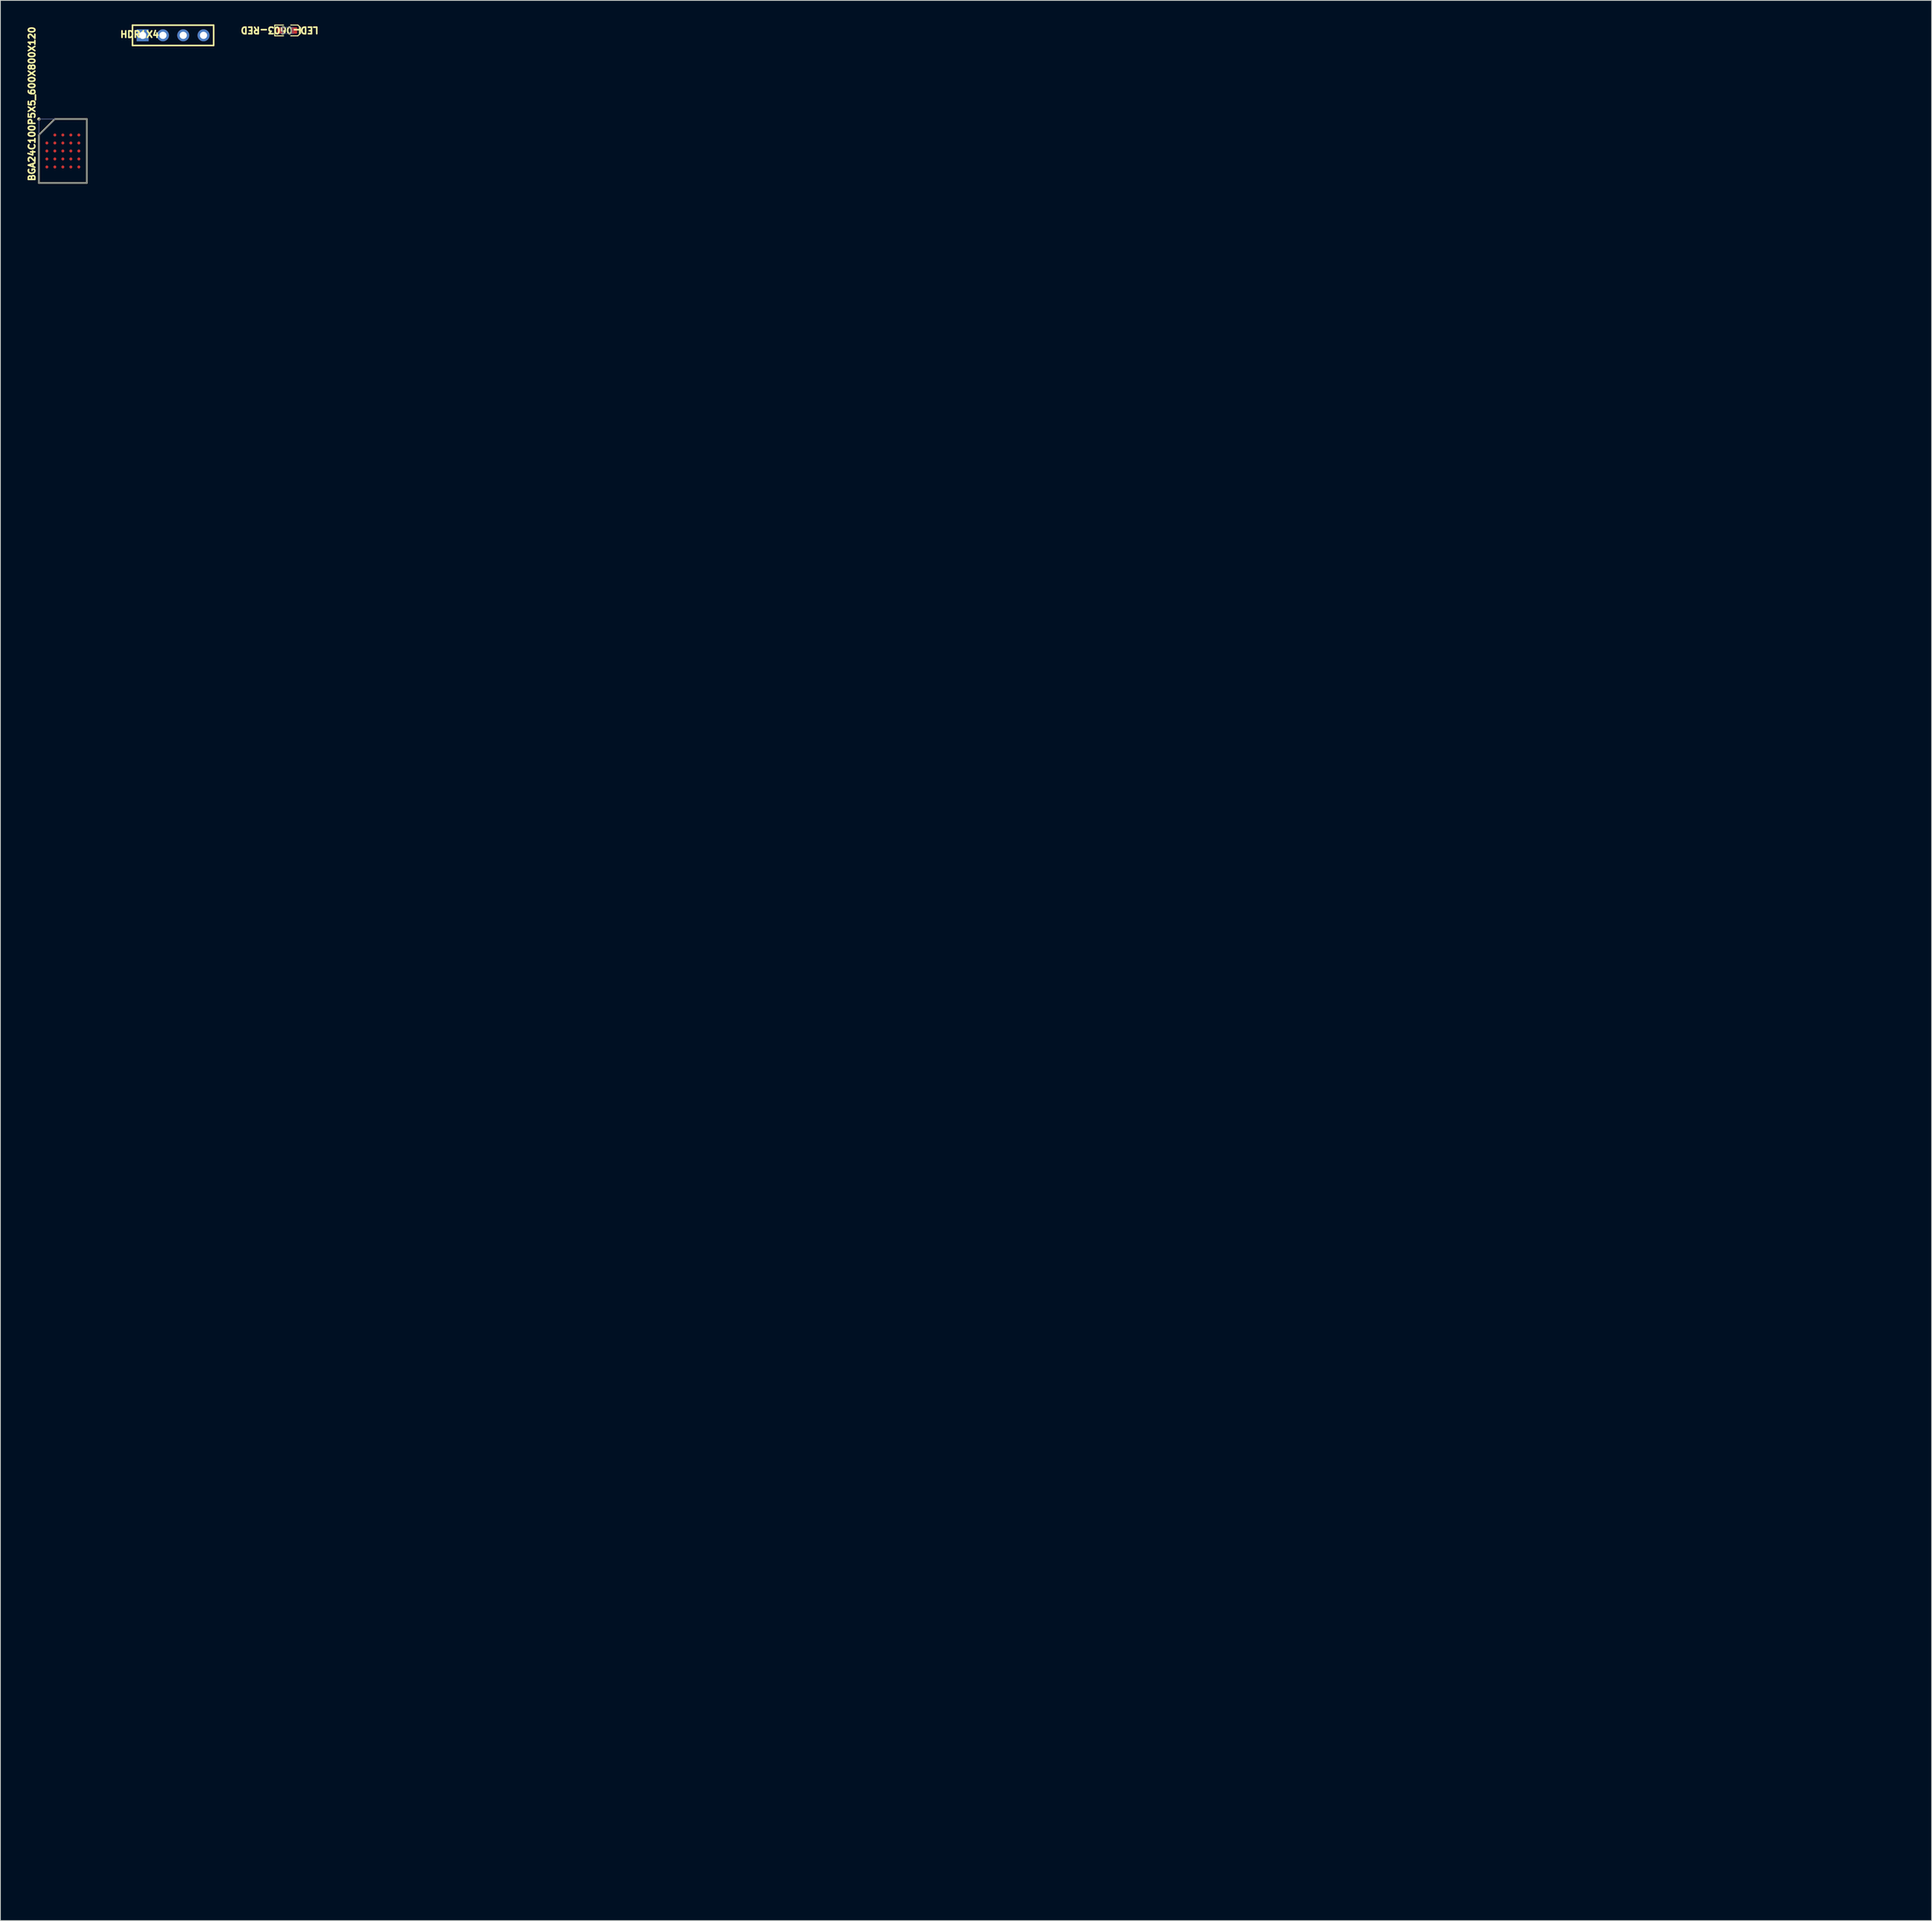
<source format=kicad_pcb>
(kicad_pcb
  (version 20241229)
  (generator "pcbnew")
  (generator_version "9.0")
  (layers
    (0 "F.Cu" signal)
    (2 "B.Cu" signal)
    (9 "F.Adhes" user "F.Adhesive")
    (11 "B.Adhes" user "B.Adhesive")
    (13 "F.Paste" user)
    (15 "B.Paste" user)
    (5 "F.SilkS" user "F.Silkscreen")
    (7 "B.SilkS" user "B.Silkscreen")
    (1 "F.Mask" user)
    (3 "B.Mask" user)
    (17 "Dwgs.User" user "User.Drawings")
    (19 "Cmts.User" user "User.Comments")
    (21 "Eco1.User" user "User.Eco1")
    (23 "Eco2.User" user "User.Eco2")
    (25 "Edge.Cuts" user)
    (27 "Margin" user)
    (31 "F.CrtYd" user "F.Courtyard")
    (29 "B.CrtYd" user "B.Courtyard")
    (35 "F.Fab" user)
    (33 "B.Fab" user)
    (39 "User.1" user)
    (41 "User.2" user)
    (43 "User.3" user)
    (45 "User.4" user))
  (footprint "LED-0603-RED"
    (layer "F.Cu")
    (at 32.881 0.76)
    (property "Reference" "LED-0603-RED" (at 4.033 -0.518 180) (unlocked yes) (layer "F.SilkS") (effects (font (size 0.813 0.813) (thickness 0.203)) (justify left bottom)))
    (fp_line (start -1.55 -0.675) (end -1.55 0.675) (stroke (width 0.127) (type solid)) (layer "F.SilkS"))
    (fp_line (start -0.45 -0.675) (end -1.55 -0.675) (stroke (width 0.127) (type solid)) (layer "F.SilkS"))
    (fp_line (start -0.45 0.675) (end -1.55 0.675) (stroke (width 0.127) (type solid)) (layer "F.SilkS"))
    (fp_line (start 1.35 -0.675) (end 0.45 -0.675) (stroke (width 0.127) (type solid)) (layer "F.SilkS"))
    (fp_line (start 1.35 0.675) (end 0.45 0.675) (stroke (width 0.127) (type solid)) (layer "F.SilkS"))
    (fp_line (start 1.55 -0.475) (end 1.35 -0.675) (stroke (width 0.127) (type solid)) (layer "F.SilkS"))
    (fp_line (start 1.55 -0.475) (end 1.55 0.475) (stroke (width 0.127) (type solid)) (layer "F.SilkS"))
    (fp_line (start 1.55 0.475) (end 1.35 0.675) (stroke (width 0.127) (type solid)) (layer "F.SilkS"))
    (fp_line (start 1.675 -0.35) (end 1.5 -0.525) (stroke (width 0.127) (type solid)) (layer "F.SilkS"))
    (fp_line (start 1.675 -0.35) (end 1.675 0.35) (stroke (width 0.127) (type solid)) (layer "F.SilkS"))
    (fp_line (start 1.675 0.35) (end 1.525 0.5) (stroke (width 0.127) (type solid)) (layer "F.SilkS"))
    (fp_line (start -1.55 -0.675) (end -1.55 0.675) (stroke (width 0.076) (type solid)) (layer "Eco1.User"))
    (fp_line (start 1.55 -0.675) (end -1.55 -0.675) (stroke (width 0.076) (type solid)) (layer "Eco1.User"))
    (fp_line (start 1.55 -0.675) (end 1.55 0.675) (stroke (width 0.076) (type solid)) (layer "Eco1.User"))
    (fp_line (start 1.55 0.675) (end -1.55 0.675) (stroke (width 0.076) (type solid)) (layer "Eco1.User"))
    (fp_circle (center 0 0) (end 0 0.064) (stroke (width 0.127) (type solid)) (fill no) (layer "Eco1.User"))
    (fp_line (start -0.8 -0.4) (end -0.8 0.4) (stroke (width 0.05) (type solid)) (layer "B.Fab"))
    (fp_line (start -0.6 -0.399) (end -0.6 0.4) (stroke (width 0.05) (type solid)) (layer "B.Fab"))
    (fp_line (start -0.599 -0.398) (end -0.599 0.398) (stroke (width 0.05) (type solid)) (layer "B.Fab"))
    (fp_line (start -0.505 -0.398) (end -0.505 0.398) (stroke (width 0.05) (type solid)) (layer "B.Fab"))
    (fp_line (start -0.5 -0.4) (end -0.8 -0.4) (stroke (width 0.05) (type solid)) (layer "B.Fab"))
    (fp_line (start -0.5 0.4) (end -0.8 0.4) (stroke (width 0.05) (type solid)) (layer "B.Fab"))
    (fp_line (start 0.505 -0.398) (end 0.505 0.398) (stroke (width 0.05) (type solid)) (layer "B.Fab"))
    (fp_line (start 0.599 -0.398) (end -0.599 -0.398) (stroke (width 0.05) (type solid)) (layer "B.Fab"))
    (fp_line (start 0.599 -0.398) (end 0.599 0.398) (stroke (width 0.05) (type solid)) (layer "B.Fab"))
    (fp_line (start 0.599 0.398) (end -0.599 0.398) (stroke (width 0.05) (type solid)) (layer "B.Fab"))
    (fp_line (start 0.6 -0.4) (end -0.6 -0.399) (stroke (width 0.05) (type solid)) (layer "B.Fab"))
    (fp_line (start 0.6 -0.4) (end 0.6 0.4) (stroke (width 0.05) (type solid)) (layer "B.Fab"))
    (fp_line (start 0.6 0.4) (end -0.6 0.399) (stroke (width 0.05) (type solid)) (layer "B.Fab"))
    (fp_line (start 0.8 -0.4) (end 0.5 -0.4) (stroke (width 0.05) (type solid)) (layer "B.Fab"))
    (fp_line (start 0.8 -0.4) (end 0.8 0.4) (stroke (width 0.05) (type solid)) (layer "B.Fab"))
    (fp_line (start 0.8 0.4) (end 0.5 0.4) (stroke (width 0.05) (type solid)) (layer "B.Fab"))
    (fp_text user "${REFERENCE}" (at -1.375 0.25 0) (unlocked yes) (layer "User.8") (effects (font (face "Arial") (size 0.63 0.63) (thickness 0.254)) (justify left bottom)))
    (pad "A" smd roundrect (at -0.85 0) (size 0.8 0.8) (layers "F.Cu" "F.Mask" "F.Paste") (roundrect_rratio 0.125))
    (pad "K" smd roundrect (at 0.85 0) (size 0.8 0.8) (layers "F.Cu" "F.Mask" "F.Paste") (roundrect_rratio 0.125))
    (zone (net_name "") (layer "F.Cu") (hatch edge 0.5) (connect_pads) (min_thickness 0.25) (filled_areas_thickness no) (keepout (tracks allowed) (vias allowed) (pads allowed) (copperpour not_allowed) (footprints allowed)) (placement (enabled no)) (fill) (polygon (pts (xy 234.683 233.267) (xy 235.683 233.267) (xy 235.683 234.267) (xy 234.683 234.267)))))
  (footprint "BGA24C100P5X5_600X800X120"
    (layer "F.Cu")
    (at 4.816 15.842)
    (property "Reference" "BGA24C100P5X5_600X800X120" (at -3.394 3.88 90) (unlocked yes) (layer "F.SilkS") (effects (font (size 0.813 0.813) (thickness 0.203)) (justify left bottom)))
    (fp_line (start -3 -2) (end -1 -4) (stroke (width 0.2) (type solid)) (layer "F.SilkS"))
    (fp_line (start -3 4) (end -3 -2) (stroke (width 0.2) (type solid)) (layer "F.SilkS"))
    (fp_line (start 3 -4) (end -1 -4) (stroke (width 0.2) (type solid)) (layer "F.SilkS"))
    (fp_line (start 3 4) (end -3 4) (stroke (width 0.2) (type solid)) (layer "F.SilkS"))
    (fp_line (start 3 4) (end 3 -4) (stroke (width 0.2) (type solid)) (layer "F.SilkS"))
    (fp_circle (center -3 -4) (end -3.1 -4) (stroke (width 0.2) (type solid)) (fill no) (layer "F.SilkS"))
    (fp_line (start -4.05 5.05) (end -4.05 -5.05) (stroke (width 0.05) (type solid)) (layer "Eco1.User"))
    (fp_line (start 4.05 -5.05) (end -4.05 -5.05) (stroke (width 0.05) (type solid)) (layer "Eco1.User"))
    (fp_line (start 4.05 5.05) (end -4.05 5.05) (stroke (width 0.05) (type solid)) (layer "Eco1.User"))
    (fp_line (start 4.05 5.05) (end 4.05 -5.05) (stroke (width 0.05) (type solid)) (layer "Eco1.User"))
    (fp_line (start -3 -1.975) (end -0.975 -4) (stroke (width 0.1) (type solid)) (layer "B.Fab"))
    (fp_line (start -3 4) (end -3 -4) (stroke (width 0.1) (type solid)) (layer "B.Fab"))
    (fp_line (start 3 -4) (end -3 -4) (stroke (width 0.1) (type solid)) (layer "B.Fab"))
    (fp_line (start 3 4) (end -3 4) (stroke (width 0.1) (type solid)) (layer "B.Fab"))
    (fp_line (start 3 4) (end 3 -4) (stroke (width 0.1) (type solid)) (layer "B.Fab"))
    (pad "A2" smd circle (at -1 -2) (size 0.37 0.37) (layers "F.Cu" "F.Mask" "F.Paste"))
    (pad "A3" smd circle (at 0 -2) (size 0.37 0.37) (layers "F.Cu" "F.Mask" "F.Paste"))
    (pad "A4" smd circle (at 1 -2) (size 0.37 0.37) (layers "F.Cu" "F.Mask" "F.Paste"))
    (pad "A5" smd circle (at 2 -2) (size 0.37 0.37) (layers "F.Cu" "F.Mask" "F.Paste"))
    (pad "B1" smd circle (at -2 -1) (size 0.37 0.37) (layers "F.Cu" "F.Mask" "F.Paste"))
    (pad "B2" smd circle (at -1 -1) (size 0.37 0.37) (layers "F.Cu" "F.Mask" "F.Paste"))
    (pad "B3" smd circle (at 0 -1) (size 0.37 0.37) (layers "F.Cu" "F.Mask" "F.Paste"))
    (pad "B4" smd circle (at 1 -1) (size 0.37 0.37) (layers "F.Cu" "F.Mask" "F.Paste"))
    (pad "B5" smd circle (at 2 -1) (size 0.37 0.37) (layers "F.Cu" "F.Mask" "F.Paste"))
    (pad "C1" smd circle (at -2 0) (size 0.37 0.37) (layers "F.Cu" "F.Mask" "F.Paste"))
    (pad "C2" smd circle (at -1 0) (size 0.37 0.37) (layers "F.Cu" "F.Mask" "F.Paste"))
    (pad "C3" smd circle (at 0 0) (size 0.37 0.37) (layers "F.Cu" "F.Mask" "F.Paste"))
    (pad "C4" smd circle (at 1 0) (size 0.37 0.37) (layers "F.Cu" "F.Mask" "F.Paste"))
    (pad "C5" smd circle (at 2 0) (size 0.37 0.37) (layers "F.Cu" "F.Mask" "F.Paste"))
    (pad "D1" smd circle (at -2 1) (size 0.37 0.37) (layers "F.Cu" "F.Mask" "F.Paste"))
    (pad "D2" smd circle (at -1 1) (size 0.37 0.37) (layers "F.Cu" "F.Mask" "F.Paste"))
    (pad "D3" smd circle (at 0 1) (size 0.37 0.37) (layers "F.Cu" "F.Mask" "F.Paste"))
    (pad "D4" smd circle (at 1 1) (size 0.37 0.37) (layers "F.Cu" "F.Mask" "F.Paste"))
    (pad "D5" smd circle (at 2 1) (size 0.37 0.37) (layers "F.Cu" "F.Mask" "F.Paste"))
    (pad "E1" smd circle (at -2 2) (size 0.37 0.37) (layers "F.Cu" "F.Mask" "F.Paste"))
    (pad "E2" smd circle (at -1 2) (size 0.37 0.37) (layers "F.Cu" "F.Mask" "F.Paste"))
    (pad "E3" smd circle (at 0 2) (size 0.37 0.37) (layers "F.Cu" "F.Mask" "F.Paste"))
    (pad "E4" smd circle (at 1 2) (size 0.37 0.37) (layers "F.Cu" "F.Mask" "F.Paste"))
    (pad "E5" smd circle (at 2 2) (size 0.37 0.37) (layers "F.Cu" "F.Mask" "F.Paste")))
  (footprint "HDR1X4"
    (layer "F.Cu")
    (at 14.8 1.37)
    (property "Reference" "HDR1X4" (at -2.909 0.362 0) (unlocked yes) (layer "F.SilkS") (effects (font (size 0.813 0.813) (thickness 0.203)) (justify left bottom)))
    (fp_line (start -1.27 -1.27) (end 8.89 -1.27) (stroke (width 0.2) (type solid)) (layer "F.SilkS"))
    (fp_line (start -1.27 1.27) (end -1.27 -1.27) (stroke (width 0.2) (type solid)) (layer "F.SilkS"))
    (fp_line (start -1.27 1.27) (end 8.89 1.27) (stroke (width 0.2) (type solid)) (layer "F.SilkS"))
    (fp_line (start 8.89 1.27) (end 8.89 -1.27) (stroke (width 0.2) (type solid)) (layer "F.SilkS"))
    (pad "1" thru_hole rect (at 0 0) (size 1.5 1.5) (drill 0.9) (layers "*.Cu" "*.Mask"))
    (pad "2" thru_hole circle (at 2.54 0) (size 1.5 1.5) (drill 0.9) (layers "*.Cu" "*.Mask"))
    (pad "3" thru_hole circle (at 5.08 0) (size 1.5 1.5) (drill 0.9) (layers "*.Cu" "*.Mask"))
    (pad "4" thru_hole circle (at 7.62 0) (size 1.5 1.5) (drill 0.9) (layers "*.Cu" "*.Mask")))
  (gr_rect
    (start -3 -3)
    (end 238.683 237.267)
    (stroke (width 0.1) (type default))
    (fill no)
    (layer "Edge.Cuts")))
</source>
